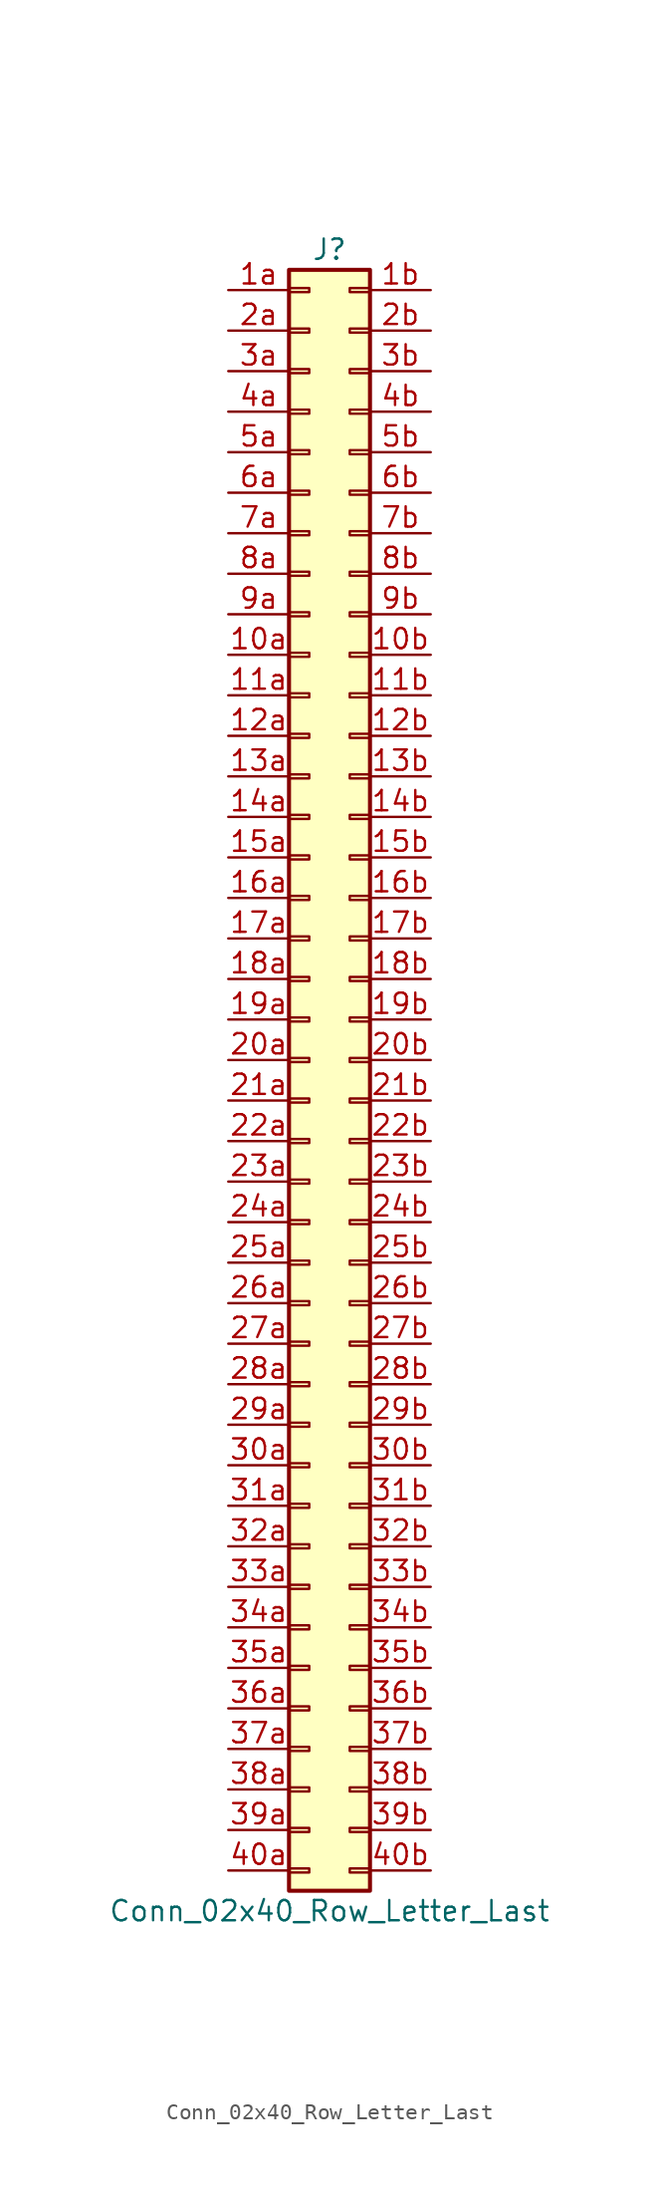
<source format=kicad_sym>
(kicad_symbol_lib
  (version 20211014)
  (generator kicad_symbol_editor)
  (symbol "Conn_02x40_Row_Letter_Last"
    (pin_names
      (offset 1.016) hide)
    (property "Reference" "J"
      (at 1.27 50.8 0)
      (effects (font (size 1.27 1.27))))
    (property "Value" "Conn_02x40_Row_Letter_Last"
      (at 1.27 -53.34 0)
      (effects (font (size 1.27 1.27))))
    (symbol "Conn_02x40_Row_Letter_Last_1_1"
      (rectangle (start -1.27 -50.673) (end 0 -50.927) (stroke (width 0.152) (type default) (color 0 0 0 0)) (fill (type none)))
      (rectangle (start -1.27 -48.133) (end 0 -48.387) (stroke (width 0.152) (type default) (color 0 0 0 0)) (fill (type none)))
      (rectangle (start -1.27 -45.593) (end 0 -45.847) (stroke (width 0.152) (type default) (color 0 0 0 0)) (fill (type none)))
      (rectangle (start -1.27 -43.053) (end 0 -43.307) (stroke (width 0.152) (type default) (color 0 0 0 0)) (fill (type none)))
      (rectangle (start -1.27 -40.513) (end 0 -40.767) (stroke (width 0.152) (type default) (color 0 0 0 0)) (fill (type none)))
      (rectangle (start -1.27 -37.973) (end 0 -38.227) (stroke (width 0.152) (type default) (color 0 0 0 0)) (fill (type none)))
      (rectangle (start -1.27 -35.433) (end 0 -35.687) (stroke (width 0.152) (type default) (color 0 0 0 0)) (fill (type none)))
      (rectangle (start -1.27 -32.893) (end 0 -33.147) (stroke (width 0.152) (type default) (color 0 0 0 0)) (fill (type none)))
      (rectangle (start -1.27 -30.353) (end 0 -30.607) (stroke (width 0.152) (type default) (color 0 0 0 0)) (fill (type none)))
      (rectangle (start -1.27 -27.813) (end 0 -28.067) (stroke (width 0.152) (type default) (color 0 0 0 0)) (fill (type none)))
      (rectangle (start -1.27 -25.273) (end 0 -25.527) (stroke (width 0.152) (type default) (color 0 0 0 0)) (fill (type none)))
      (rectangle (start -1.27 -22.733) (end 0 -22.987) (stroke (width 0.152) (type default) (color 0 0 0 0)) (fill (type none)))
      (rectangle (start -1.27 -20.193) (end 0 -20.447) (stroke (width 0.152) (type default) (color 0 0 0 0)) (fill (type none)))
      (rectangle (start -1.27 -17.653) (end 0 -17.907) (stroke (width 0.152) (type default) (color 0 0 0 0)) (fill (type none)))
      (rectangle (start -1.27 -15.113) (end 0 -15.367) (stroke (width 0.152) (type default) (color 0 0 0 0)) (fill (type none)))
      (rectangle (start -1.27 -12.573) (end 0 -12.827) (stroke (width 0.152) (type default) (color 0 0 0 0)) (fill (type none)))
      (rectangle (start -1.27 -10.033) (end 0 -10.287) (stroke (width 0.152) (type default) (color 0 0 0 0)) (fill (type none)))
      (rectangle (start -1.27 -7.493) (end 0 -7.747) (stroke (width 0.152) (type default) (color 0 0 0 0)) (fill (type none)))
      (rectangle (start -1.27 -4.953) (end 0 -5.207) (stroke (width 0.152) (type default) (color 0 0 0 0)) (fill (type none)))
      (rectangle (start -1.27 -2.413) (end 0 -2.667) (stroke (width 0.152) (type default) (color 0 0 0 0)) (fill (type none)))
      (rectangle (start -1.27 0.127) (end 0 -0.127) (stroke (width 0.152) (type default) (color 0 0 0 0)) (fill (type none)))
      (rectangle (start -1.27 2.667) (end 0 2.413) (stroke (width 0.152) (type default) (color 0 0 0 0)) (fill (type none)))
      (rectangle (start -1.27 5.207) (end 0 4.953) (stroke (width 0.152) (type default) (color 0 0 0 0)) (fill (type none)))
      (rectangle (start -1.27 7.747) (end 0 7.493) (stroke (width 0.152) (type default) (color 0 0 0 0)) (fill (type none)))
      (rectangle (start -1.27 10.287) (end 0 10.033) (stroke (width 0.152) (type default) (color 0 0 0 0)) (fill (type none)))
      (rectangle (start -1.27 12.827) (end 0 12.573) (stroke (width 0.152) (type default) (color 0 0 0 0)) (fill (type none)))
      (rectangle (start -1.27 15.367) (end 0 15.113) (stroke (width 0.152) (type default) (color 0 0 0 0)) (fill (type none)))
      (rectangle (start -1.27 17.907) (end 0 17.653) (stroke (width 0.152) (type default) (color 0 0 0 0)) (fill (type none)))
      (rectangle (start -1.27 20.447) (end 0 20.193) (stroke (width 0.152) (type default) (color 0 0 0 0)) (fill (type none)))
      (rectangle (start -1.27 22.987) (end 0 22.733) (stroke (width 0.152) (type default) (color 0 0 0 0)) (fill (type none)))
      (rectangle (start -1.27 25.527) (end 0 25.273) (stroke (width 0.152) (type default) (color 0 0 0 0)) (fill (type none)))
      (rectangle (start -1.27 28.067) (end 0 27.813) (stroke (width 0.152) (type default) (color 0 0 0 0)) (fill (type none)))
      (rectangle (start -1.27 30.607) (end 0 30.353) (stroke (width 0.152) (type default) (color 0 0 0 0)) (fill (type none)))
      (rectangle (start -1.27 33.147) (end 0 32.893) (stroke (width 0.152) (type default) (color 0 0 0 0)) (fill (type none)))
      (rectangle (start -1.27 35.687) (end 0 35.433) (stroke (width 0.152) (type default) (color 0 0 0 0)) (fill (type none)))
      (rectangle (start -1.27 38.227) (end 0 37.973) (stroke (width 0.152) (type default) (color 0 0 0 0)) (fill (type none)))
      (rectangle (start -1.27 40.767) (end 0 40.513) (stroke (width 0.152) (type default) (color 0 0 0 0)) (fill (type none)))
      (rectangle (start -1.27 43.307) (end 0 43.053) (stroke (width 0.152) (type default) (color 0 0 0 0)) (fill (type none)))
      (rectangle (start -1.27 45.847) (end 0 45.593) (stroke (width 0.152) (type default) (color 0 0 0 0)) (fill (type none)))
      (rectangle (start -1.27 48.387) (end 0 48.133) (stroke (width 0.152) (type default) (color 0 0 0 0)) (fill (type none)))
      (rectangle (start -1.27 49.53) (end 3.81 -52.07) (stroke (width 0.254) (type default) (color 0 0 0 0)) (fill (type background)))
      (rectangle (start 3.81 -50.673) (end 2.54 -50.927) (stroke (width 0.152) (type default) (color 0 0 0 0)) (fill (type none)))
      (rectangle (start 3.81 -48.133) (end 2.54 -48.387) (stroke (width 0.152) (type default) (color 0 0 0 0)) (fill (type none)))
      (rectangle (start 3.81 -45.593) (end 2.54 -45.847) (stroke (width 0.152) (type default) (color 0 0 0 0)) (fill (type none)))
      (rectangle (start 3.81 -43.053) (end 2.54 -43.307) (stroke (width 0.152) (type default) (color 0 0 0 0)) (fill (type none)))
      (rectangle (start 3.81 -40.513) (end 2.54 -40.767) (stroke (width 0.152) (type default) (color 0 0 0 0)) (fill (type none)))
      (rectangle (start 3.81 -37.973) (end 2.54 -38.227) (stroke (width 0.152) (type default) (color 0 0 0 0)) (fill (type none)))
      (rectangle (start 3.81 -35.433) (end 2.54 -35.687) (stroke (width 0.152) (type default) (color 0 0 0 0)) (fill (type none)))
      (rectangle (start 3.81 -32.893) (end 2.54 -33.147) (stroke (width 0.152) (type default) (color 0 0 0 0)) (fill (type none)))
      (rectangle (start 3.81 -30.353) (end 2.54 -30.607) (stroke (width 0.152) (type default) (color 0 0 0 0)) (fill (type none)))
      (rectangle (start 3.81 -27.813) (end 2.54 -28.067) (stroke (width 0.152) (type default) (color 0 0 0 0)) (fill (type none)))
      (rectangle (start 3.81 -25.273) (end 2.54 -25.527) (stroke (width 0.152) (type default) (color 0 0 0 0)) (fill (type none)))
      (rectangle (start 3.81 -22.733) (end 2.54 -22.987) (stroke (width 0.152) (type default) (color 0 0 0 0)) (fill (type none)))
      (rectangle (start 3.81 -20.193) (end 2.54 -20.447) (stroke (width 0.152) (type default) (color 0 0 0 0)) (fill (type none)))
      (rectangle (start 3.81 -17.653) (end 2.54 -17.907) (stroke (width 0.152) (type default) (color 0 0 0 0)) (fill (type none)))
      (rectangle (start 3.81 -15.113) (end 2.54 -15.367) (stroke (width 0.152) (type default) (color 0 0 0 0)) (fill (type none)))
      (rectangle (start 3.81 -12.573) (end 2.54 -12.827) (stroke (width 0.152) (type default) (color 0 0 0 0)) (fill (type none)))
      (rectangle (start 3.81 -10.033) (end 2.54 -10.287) (stroke (width 0.152) (type default) (color 0 0 0 0)) (fill (type none)))
      (rectangle (start 3.81 -7.493) (end 2.54 -7.747) (stroke (width 0.152) (type default) (color 0 0 0 0)) (fill (type none)))
      (rectangle (start 3.81 -4.953) (end 2.54 -5.207) (stroke (width 0.152) (type default) (color 0 0 0 0)) (fill (type none)))
      (rectangle (start 3.81 -2.413) (end 2.54 -2.667) (stroke (width 0.152) (type default) (color 0 0 0 0)) (fill (type none)))
      (rectangle (start 3.81 0.127) (end 2.54 -0.127) (stroke (width 0.152) (type default) (color 0 0 0 0)) (fill (type none)))
      (rectangle (start 3.81 2.667) (end 2.54 2.413) (stroke (width 0.152) (type default) (color 0 0 0 0)) (fill (type none)))
      (rectangle (start 3.81 5.207) (end 2.54 4.953) (stroke (width 0.152) (type default) (color 0 0 0 0)) (fill (type none)))
      (rectangle (start 3.81 7.747) (end 2.54 7.493) (stroke (width 0.152) (type default) (color 0 0 0 0)) (fill (type none)))
      (rectangle (start 3.81 10.287) (end 2.54 10.033) (stroke (width 0.152) (type default) (color 0 0 0 0)) (fill (type none)))
      (rectangle (start 3.81 12.827) (end 2.54 12.573) (stroke (width 0.152) (type default) (color 0 0 0 0)) (fill (type none)))
      (rectangle (start 3.81 15.367) (end 2.54 15.113) (stroke (width 0.152) (type default) (color 0 0 0 0)) (fill (type none)))
      (rectangle (start 3.81 17.907) (end 2.54 17.653) (stroke (width 0.152) (type default) (color 0 0 0 0)) (fill (type none)))
      (rectangle (start 3.81 20.447) (end 2.54 20.193) (stroke (width 0.152) (type default) (color 0 0 0 0)) (fill (type none)))
      (rectangle (start 3.81 22.987) (end 2.54 22.733) (stroke (width 0.152) (type default) (color 0 0 0 0)) (fill (type none)))
      (rectangle (start 3.81 25.527) (end 2.54 25.273) (stroke (width 0.152) (type default) (color 0 0 0 0)) (fill (type none)))
      (rectangle (start 3.81 28.067) (end 2.54 27.813) (stroke (width 0.152) (type default) (color 0 0 0 0)) (fill (type none)))
      (rectangle (start 3.81 30.607) (end 2.54 30.353) (stroke (width 0.152) (type default) (color 0 0 0 0)) (fill (type none)))
      (rectangle (start 3.81 33.147) (end 2.54 32.893) (stroke (width 0.152) (type default) (color 0 0 0 0)) (fill (type none)))
      (rectangle (start 3.81 35.687) (end 2.54 35.433) (stroke (width 0.152) (type default) (color 0 0 0 0)) (fill (type none)))
      (rectangle (start 3.81 38.227) (end 2.54 37.973) (stroke (width 0.152) (type default) (color 0 0 0 0)) (fill (type none)))
      (rectangle (start 3.81 40.767) (end 2.54 40.513) (stroke (width 0.152) (type default) (color 0 0 0 0)) (fill (type none)))
      (rectangle (start 3.81 43.307) (end 2.54 43.053) (stroke (width 0.152) (type default) (color 0 0 0 0)) (fill (type none)))
      (rectangle (start 3.81 45.847) (end 2.54 45.593) (stroke (width 0.152) (type default) (color 0 0 0 0)) (fill (type none)))
      (rectangle (start 3.81 48.387) (end 2.54 48.133) (stroke (width 0.152) (type default) (color 0 0 0 0)) (fill (type none)))
      (pin passive line (at -5.08 25.4 0) (length 3.81) (name "Pin_10a" (effects (font (size 1.27 1.27)))) (number "10a" (effects (font (size 1.27 1.27)))))
      (pin passive line (at 7.62 25.4 180) (length 3.81) (name "Pin_10b" (effects (font (size 1.27 1.27)))) (number "10b" (effects (font (size 1.27 1.27)))))
      (pin passive line (at -5.08 22.86 0) (length 3.81) (name "Pin_11a" (effects (font (size 1.27 1.27)))) (number "11a" (effects (font (size 1.27 1.27)))))
      (pin passive line (at 7.62 22.86 180) (length 3.81) (name "Pin_11b" (effects (font (size 1.27 1.27)))) (number "11b" (effects (font (size 1.27 1.27)))))
      (pin passive line (at -5.08 20.32 0) (length 3.81) (name "Pin_12a" (effects (font (size 1.27 1.27)))) (number "12a" (effects (font (size 1.27 1.27)))))
      (pin passive line (at 7.62 20.32 180) (length 3.81) (name "Pin_12b" (effects (font (size 1.27 1.27)))) (number "12b" (effects (font (size 1.27 1.27)))))
      (pin passive line (at -5.08 17.78 0) (length 3.81) (name "Pin_13a" (effects (font (size 1.27 1.27)))) (number "13a" (effects (font (size 1.27 1.27)))))
      (pin passive line (at 7.62 17.78 180) (length 3.81) (name "Pin_13b" (effects (font (size 1.27 1.27)))) (number "13b" (effects (font (size 1.27 1.27)))))
      (pin passive line (at -5.08 15.24 0) (length 3.81) (name "Pin_14a" (effects (font (size 1.27 1.27)))) (number "14a" (effects (font (size 1.27 1.27)))))
      (pin passive line (at 7.62 15.24 180) (length 3.81) (name "Pin_14b" (effects (font (size 1.27 1.27)))) (number "14b" (effects (font (size 1.27 1.27)))))
      (pin passive line (at -5.08 12.7 0) (length 3.81) (name "Pin_15a" (effects (font (size 1.27 1.27)))) (number "15a" (effects (font (size 1.27 1.27)))))
      (pin passive line (at 7.62 12.7 180) (length 3.81) (name "Pin_15b" (effects (font (size 1.27 1.27)))) (number "15b" (effects (font (size 1.27 1.27)))))
      (pin passive line (at -5.08 10.16 0) (length 3.81) (name "Pin_16a" (effects (font (size 1.27 1.27)))) (number "16a" (effects (font (size 1.27 1.27)))))
      (pin passive line (at 7.62 10.16 180) (length 3.81) (name "Pin_16b" (effects (font (size 1.27 1.27)))) (number "16b" (effects (font (size 1.27 1.27)))))
      (pin passive line (at -5.08 7.62 0) (length 3.81) (name "Pin_17a" (effects (font (size 1.27 1.27)))) (number "17a" (effects (font (size 1.27 1.27)))))
      (pin passive line (at 7.62 7.62 180) (length 3.81) (name "Pin_17b" (effects (font (size 1.27 1.27)))) (number "17b" (effects (font (size 1.27 1.27)))))
      (pin passive line (at -5.08 5.08 0) (length 3.81) (name "Pin_18a" (effects (font (size 1.27 1.27)))) (number "18a" (effects (font (size 1.27 1.27)))))
      (pin passive line (at 7.62 5.08 180) (length 3.81) (name "Pin_18b" (effects (font (size 1.27 1.27)))) (number "18b" (effects (font (size 1.27 1.27)))))
      (pin passive line (at -5.08 2.54 0) (length 3.81) (name "Pin_19a" (effects (font (size 1.27 1.27)))) (number "19a" (effects (font (size 1.27 1.27)))))
      (pin passive line (at 7.62 2.54 180) (length 3.81) (name "Pin_19b" (effects (font (size 1.27 1.27)))) (number "19b" (effects (font (size 1.27 1.27)))))
      (pin passive line (at -5.08 48.26 0) (length 3.81) (name "Pin_1a" (effects (font (size 1.27 1.27)))) (number "1a" (effects (font (size 1.27 1.27)))))
      (pin passive line (at 7.62 48.26 180) (length 3.81) (name "Pin_1b" (effects (font (size 1.27 1.27)))) (number "1b" (effects (font (size 1.27 1.27)))))
      (pin passive line (at -5.08 0 0) (length 3.81) (name "Pin_20a" (effects (font (size 1.27 1.27)))) (number "20a" (effects (font (size 1.27 1.27)))))
      (pin passive line (at 7.62 0 180) (length 3.81) (name "Pin_20b" (effects (font (size 1.27 1.27)))) (number "20b" (effects (font (size 1.27 1.27)))))
      (pin passive line (at -5.08 -2.54 0) (length 3.81) (name "Pin_21a" (effects (font (size 1.27 1.27)))) (number "21a" (effects (font (size 1.27 1.27)))))
      (pin passive line (at 7.62 -2.54 180) (length 3.81) (name "Pin_21b" (effects (font (size 1.27 1.27)))) (number "21b" (effects (font (size 1.27 1.27)))))
      (pin passive line (at -5.08 -5.08 0) (length 3.81) (name "Pin_22a" (effects (font (size 1.27 1.27)))) (number "22a" (effects (font (size 1.27 1.27)))))
      (pin passive line (at 7.62 -5.08 180) (length 3.81) (name "Pin_22b" (effects (font (size 1.27 1.27)))) (number "22b" (effects (font (size 1.27 1.27)))))
      (pin passive line (at -5.08 -7.62 0) (length 3.81) (name "Pin_23a" (effects (font (size 1.27 1.27)))) (number "23a" (effects (font (size 1.27 1.27)))))
      (pin passive line (at 7.62 -7.62 180) (length 3.81) (name "Pin_23b" (effects (font (size 1.27 1.27)))) (number "23b" (effects (font (size 1.27 1.27)))))
      (pin passive line (at -5.08 -10.16 0) (length 3.81) (name "Pin_24a" (effects (font (size 1.27 1.27)))) (number "24a" (effects (font (size 1.27 1.27)))))
      (pin passive line (at 7.62 -10.16 180) (length 3.81) (name "Pin_24b" (effects (font (size 1.27 1.27)))) (number "24b" (effects (font (size 1.27 1.27)))))
      (pin passive line (at -5.08 -12.7 0) (length 3.81) (name "Pin_25a" (effects (font (size 1.27 1.27)))) (number "25a" (effects (font (size 1.27 1.27)))))
      (pin passive line (at 7.62 -12.7 180) (length 3.81) (name "Pin_25b" (effects (font (size 1.27 1.27)))) (number "25b" (effects (font (size 1.27 1.27)))))
      (pin passive line (at -5.08 -15.24 0) (length 3.81) (name "Pin_26a" (effects (font (size 1.27 1.27)))) (number "26a" (effects (font (size 1.27 1.27)))))
      (pin passive line (at 7.62 -15.24 180) (length 3.81) (name "Pin_26b" (effects (font (size 1.27 1.27)))) (number "26b" (effects (font (size 1.27 1.27)))))
      (pin passive line (at -5.08 -17.78 0) (length 3.81) (name "Pin_27a" (effects (font (size 1.27 1.27)))) (number "27a" (effects (font (size 1.27 1.27)))))
      (pin passive line (at 7.62 -17.78 180) (length 3.81) (name "Pin_27b" (effects (font (size 1.27 1.27)))) (number "27b" (effects (font (size 1.27 1.27)))))
      (pin passive line (at -5.08 -20.32 0) (length 3.81) (name "Pin_28a" (effects (font (size 1.27 1.27)))) (number "28a" (effects (font (size 1.27 1.27)))))
      (pin passive line (at 7.62 -20.32 180) (length 3.81) (name "Pin_28b" (effects (font (size 1.27 1.27)))) (number "28b" (effects (font (size 1.27 1.27)))))
      (pin passive line (at -5.08 -22.86 0) (length 3.81) (name "Pin_29a" (effects (font (size 1.27 1.27)))) (number "29a" (effects (font (size 1.27 1.27)))))
      (pin passive line (at 7.62 -22.86 180) (length 3.81) (name "Pin_29b" (effects (font (size 1.27 1.27)))) (number "29b" (effects (font (size 1.27 1.27)))))
      (pin passive line (at -5.08 45.72 0) (length 3.81) (name "Pin_2a" (effects (font (size 1.27 1.27)))) (number "2a" (effects (font (size 1.27 1.27)))))
      (pin passive line (at 7.62 45.72 180) (length 3.81) (name "Pin_2b" (effects (font (size 1.27 1.27)))) (number "2b" (effects (font (size 1.27 1.27)))))
      (pin passive line (at -5.08 -25.4 0) (length 3.81) (name "Pin_30a" (effects (font (size 1.27 1.27)))) (number "30a" (effects (font (size 1.27 1.27)))))
      (pin passive line (at 7.62 -25.4 180) (length 3.81) (name "Pin_30b" (effects (font (size 1.27 1.27)))) (number "30b" (effects (font (size 1.27 1.27)))))
      (pin passive line (at -5.08 -27.94 0) (length 3.81) (name "Pin_31a" (effects (font (size 1.27 1.27)))) (number "31a" (effects (font (size 1.27 1.27)))))
      (pin passive line (at 7.62 -27.94 180) (length 3.81) (name "Pin_31b" (effects (font (size 1.27 1.27)))) (number "31b" (effects (font (size 1.27 1.27)))))
      (pin passive line (at -5.08 -30.48 0) (length 3.81) (name "Pin_32a" (effects (font (size 1.27 1.27)))) (number "32a" (effects (font (size 1.27 1.27)))))
      (pin passive line (at 7.62 -30.48 180) (length 3.81) (name "Pin_32b" (effects (font (size 1.27 1.27)))) (number "32b" (effects (font (size 1.27 1.27)))))
      (pin passive line (at -5.08 -33.02 0) (length 3.81) (name "Pin_33a" (effects (font (size 1.27 1.27)))) (number "33a" (effects (font (size 1.27 1.27)))))
      (pin passive line (at 7.62 -33.02 180) (length 3.81) (name "Pin_33b" (effects (font (size 1.27 1.27)))) (number "33b" (effects (font (size 1.27 1.27)))))
      (pin passive line (at -5.08 -35.56 0) (length 3.81) (name "Pin_34a" (effects (font (size 1.27 1.27)))) (number "34a" (effects (font (size 1.27 1.27)))))
      (pin passive line (at 7.62 -35.56 180) (length 3.81) (name "Pin_34b" (effects (font (size 1.27 1.27)))) (number "34b" (effects (font (size 1.27 1.27)))))
      (pin passive line (at -5.08 -38.1 0) (length 3.81) (name "Pin_35a" (effects (font (size 1.27 1.27)))) (number "35a" (effects (font (size 1.27 1.27)))))
      (pin passive line (at 7.62 -38.1 180) (length 3.81) (name "Pin_35b" (effects (font (size 1.27 1.27)))) (number "35b" (effects (font (size 1.27 1.27)))))
      (pin passive line (at -5.08 -40.64 0) (length 3.81) (name "Pin_36a" (effects (font (size 1.27 1.27)))) (number "36a" (effects (font (size 1.27 1.27)))))
      (pin passive line (at 7.62 -40.64 180) (length 3.81) (name "Pin_36b" (effects (font (size 1.27 1.27)))) (number "36b" (effects (font (size 1.27 1.27)))))
      (pin passive line (at -5.08 -43.18 0) (length 3.81) (name "Pin_37a" (effects (font (size 1.27 1.27)))) (number "37a" (effects (font (size 1.27 1.27)))))
      (pin passive line (at 7.62 -43.18 180) (length 3.81) (name "Pin_37b" (effects (font (size 1.27 1.27)))) (number "37b" (effects (font (size 1.27 1.27)))))
      (pin passive line (at -5.08 -45.72 0) (length 3.81) (name "Pin_38a" (effects (font (size 1.27 1.27)))) (number "38a" (effects (font (size 1.27 1.27)))))
      (pin passive line (at 7.62 -45.72 180) (length 3.81) (name "Pin_38b" (effects (font (size 1.27 1.27)))) (number "38b" (effects (font (size 1.27 1.27)))))
      (pin passive line (at -5.08 -48.26 0) (length 3.81) (name "Pin_39a" (effects (font (size 1.27 1.27)))) (number "39a" (effects (font (size 1.27 1.27)))))
      (pin passive line (at 7.62 -48.26 180) (length 3.81) (name "Pin_39b" (effects (font (size 1.27 1.27)))) (number "39b" (effects (font (size 1.27 1.27)))))
      (pin passive line (at -5.08 43.18 0) (length 3.81) (name "Pin_3a" (effects (font (size 1.27 1.27)))) (number "3a" (effects (font (size 1.27 1.27)))))
      (pin passive line (at 7.62 43.18 180) (length 3.81) (name "Pin_3b" (effects (font (size 1.27 1.27)))) (number "3b" (effects (font (size 1.27 1.27)))))
      (pin passive line (at -5.08 -50.8 0) (length 3.81) (name "Pin_40a" (effects (font (size 1.27 1.27)))) (number "40a" (effects (font (size 1.27 1.27)))))
      (pin passive line (at 7.62 -50.8 180) (length 3.81) (name "Pin_40b" (effects (font (size 1.27 1.27)))) (number "40b" (effects (font (size 1.27 1.27)))))
      (pin passive line (at -5.08 40.64 0) (length 3.81) (name "Pin_4a" (effects (font (size 1.27 1.27)))) (number "4a" (effects (font (size 1.27 1.27)))))
      (pin passive line (at 7.62 40.64 180) (length 3.81) (name "Pin_4b" (effects (font (size 1.27 1.27)))) (number "4b" (effects (font (size 1.27 1.27)))))
      (pin passive line (at -5.08 38.1 0) (length 3.81) (name "Pin_5a" (effects (font (size 1.27 1.27)))) (number "5a" (effects (font (size 1.27 1.27)))))
      (pin passive line (at 7.62 38.1 180) (length 3.81) (name "Pin_5b" (effects (font (size 1.27 1.27)))) (number "5b" (effects (font (size 1.27 1.27)))))
      (pin passive line (at -5.08 35.56 0) (length 3.81) (name "Pin_6a" (effects (font (size 1.27 1.27)))) (number "6a" (effects (font (size 1.27 1.27)))))
      (pin passive line (at 7.62 35.56 180) (length 3.81) (name "Pin_6b" (effects (font (size 1.27 1.27)))) (number "6b" (effects (font (size 1.27 1.27)))))
      (pin passive line (at -5.08 33.02 0) (length 3.81) (name "Pin_7a" (effects (font (size 1.27 1.27)))) (number "7a" (effects (font (size 1.27 1.27)))))
      (pin passive line (at 7.62 33.02 180) (length 3.81) (name "Pin_7b" (effects (font (size 1.27 1.27)))) (number "7b" (effects (font (size 1.27 1.27)))))
      (pin passive line (at -5.08 30.48 0) (length 3.81) (name "Pin_8a" (effects (font (size 1.27 1.27)))) (number "8a" (effects (font (size 1.27 1.27)))))
      (pin passive line (at 7.62 30.48 180) (length 3.81) (name "Pin_8b" (effects (font (size 1.27 1.27)))) (number "8b" (effects (font (size 1.27 1.27)))))
      (pin passive line (at -5.08 27.94 0) (length 3.81) (name "Pin_9a" (effects (font (size 1.27 1.27)))) (number "9a" (effects (font (size 1.27 1.27)))))
      (pin passive line (at 7.62 27.94 180) (length 3.81) (name "Pin_9b" (effects (font (size 1.27 1.27)))) (number "9b" (effects (font (size 1.27 1.27))))))))
</source>
